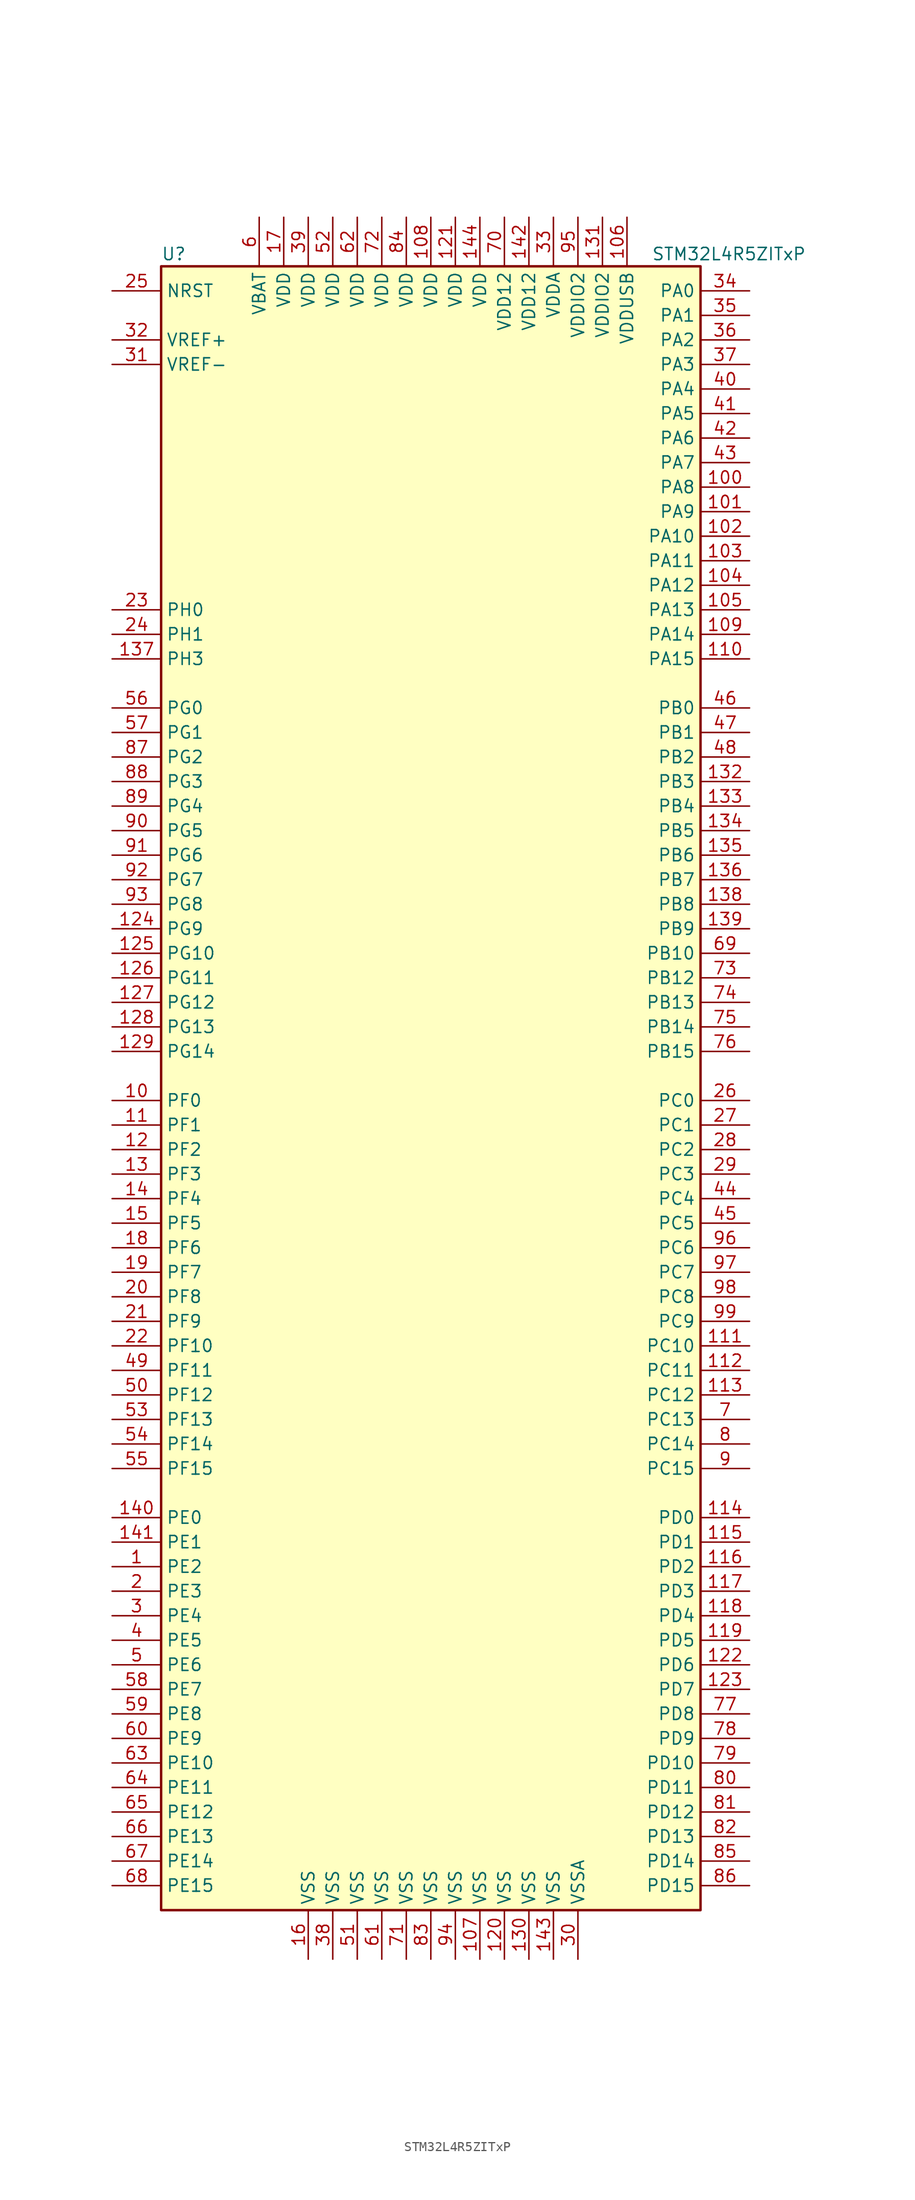
<source format=kicad_sym>
(kicad_symbol_lib
  (version 20211014)
  (generator kicad_symbol_editor)
  (symbol "STM32L4R5ZITxP"
    (property "Reference" "U"
      (at -27.94 85.09 0)
      (effects (font (size 1.27 1.27)) (justify left)))
    (property "Value" "STM32L4R5ZITxP"
      (at 22.86 85.09 0)
      (effects (font (size 1.27 1.27)) (justify left)))
    (symbol "STM32L4R5ZITxP_0_1"
      (rectangle (start -27.94 -86.36) (end 27.94 83.82) (stroke (width 0.254) (type default) (color 0 0 0 0)) (fill (type background))))
    (symbol "STM32L4R5ZITxP_1_1"
      (pin bidirectional line (at -33.02 -50.8 0) (length 5.08) (name "PE2" (effects (font (size 1.27 1.27)))) (number "1" (effects (font (size 1.27 1.27)))))
      (pin bidirectional line (at -33.02 -2.54 0) (length 5.08) (name "PF0" (effects (font (size 1.27 1.27)))) (number "10" (effects (font (size 1.27 1.27)))))
      (pin bidirectional line (at 33.02 60.96 180) (length 5.08) (name "PA8" (effects (font (size 1.27 1.27)))) (number "100" (effects (font (size 1.27 1.27)))))
      (pin bidirectional line (at 33.02 58.42 180) (length 5.08) (name "PA9" (effects (font (size 1.27 1.27)))) (number "101" (effects (font (size 1.27 1.27)))))
      (pin bidirectional line (at 33.02 55.88 180) (length 5.08) (name "PA10" (effects (font (size 1.27 1.27)))) (number "102" (effects (font (size 1.27 1.27)))))
      (pin bidirectional line (at 33.02 53.34 180) (length 5.08) (name "PA11" (effects (font (size 1.27 1.27)))) (number "103" (effects (font (size 1.27 1.27)))))
      (pin bidirectional line (at 33.02 50.8 180) (length 5.08) (name "PA12" (effects (font (size 1.27 1.27)))) (number "104" (effects (font (size 1.27 1.27)))))
      (pin bidirectional line (at 33.02 48.26 180) (length 5.08) (name "PA13" (effects (font (size 1.27 1.27)))) (number "105" (effects (font (size 1.27 1.27)))))
      (pin power_in line (at 20.32 88.9 270) (length 5.08) (name "VDDUSB" (effects (font (size 1.27 1.27)))) (number "106" (effects (font (size 1.27 1.27)))))
      (pin power_in line (at 5.08 -91.44 90) (length 5.08) (name "VSS" (effects (font (size 1.27 1.27)))) (number "107" (effects (font (size 1.27 1.27)))))
      (pin power_in line (at 0 88.9 270) (length 5.08) (name "VDD" (effects (font (size 1.27 1.27)))) (number "108" (effects (font (size 1.27 1.27)))))
      (pin bidirectional line (at 33.02 45.72 180) (length 5.08) (name "PA14" (effects (font (size 1.27 1.27)))) (number "109" (effects (font (size 1.27 1.27)))))
      (pin bidirectional line (at -33.02 -5.08 0) (length 5.08) (name "PF1" (effects (font (size 1.27 1.27)))) (number "11" (effects (font (size 1.27 1.27)))))
      (pin bidirectional line (at 33.02 43.18 180) (length 5.08) (name "PA15" (effects (font (size 1.27 1.27)))) (number "110" (effects (font (size 1.27 1.27)))))
      (pin bidirectional line (at 33.02 -27.94 180) (length 5.08) (name "PC10" (effects (font (size 1.27 1.27)))) (number "111" (effects (font (size 1.27 1.27)))))
      (pin bidirectional line (at 33.02 -30.48 180) (length 5.08) (name "PC11" (effects (font (size 1.27 1.27)))) (number "112" (effects (font (size 1.27 1.27)))))
      (pin bidirectional line (at 33.02 -33.02 180) (length 5.08) (name "PC12" (effects (font (size 1.27 1.27)))) (number "113" (effects (font (size 1.27 1.27)))))
      (pin bidirectional line (at 33.02 -45.72 180) (length 5.08) (name "PD0" (effects (font (size 1.27 1.27)))) (number "114" (effects (font (size 1.27 1.27)))))
      (pin bidirectional line (at 33.02 -48.26 180) (length 5.08) (name "PD1" (effects (font (size 1.27 1.27)))) (number "115" (effects (font (size 1.27 1.27)))))
      (pin bidirectional line (at 33.02 -50.8 180) (length 5.08) (name "PD2" (effects (font (size 1.27 1.27)))) (number "116" (effects (font (size 1.27 1.27)))))
      (pin bidirectional line (at 33.02 -53.34 180) (length 5.08) (name "PD3" (effects (font (size 1.27 1.27)))) (number "117" (effects (font (size 1.27 1.27)))))
      (pin bidirectional line (at 33.02 -55.88 180) (length 5.08) (name "PD4" (effects (font (size 1.27 1.27)))) (number "118" (effects (font (size 1.27 1.27)))))
      (pin bidirectional line (at 33.02 -58.42 180) (length 5.08) (name "PD5" (effects (font (size 1.27 1.27)))) (number "119" (effects (font (size 1.27 1.27)))))
      (pin bidirectional line (at -33.02 -7.62 0) (length 5.08) (name "PF2" (effects (font (size 1.27 1.27)))) (number "12" (effects (font (size 1.27 1.27)))))
      (pin power_in line (at 7.62 -91.44 90) (length 5.08) (name "VSS" (effects (font (size 1.27 1.27)))) (number "120" (effects (font (size 1.27 1.27)))))
      (pin power_in line (at 2.54 88.9 270) (length 5.08) (name "VDD" (effects (font (size 1.27 1.27)))) (number "121" (effects (font (size 1.27 1.27)))))
      (pin bidirectional line (at 33.02 -60.96 180) (length 5.08) (name "PD6" (effects (font (size 1.27 1.27)))) (number "122" (effects (font (size 1.27 1.27)))))
      (pin bidirectional line (at 33.02 -63.5 180) (length 5.08) (name "PD7" (effects (font (size 1.27 1.27)))) (number "123" (effects (font (size 1.27 1.27)))))
      (pin bidirectional line (at -33.02 15.24 0) (length 5.08) (name "PG9" (effects (font (size 1.27 1.27)))) (number "124" (effects (font (size 1.27 1.27)))))
      (pin bidirectional line (at -33.02 12.7 0) (length 5.08) (name "PG10" (effects (font (size 1.27 1.27)))) (number "125" (effects (font (size 1.27 1.27)))))
      (pin bidirectional line (at -33.02 10.16 0) (length 5.08) (name "PG11" (effects (font (size 1.27 1.27)))) (number "126" (effects (font (size 1.27 1.27)))))
      (pin bidirectional line (at -33.02 7.62 0) (length 5.08) (name "PG12" (effects (font (size 1.27 1.27)))) (number "127" (effects (font (size 1.27 1.27)))))
      (pin bidirectional line (at -33.02 5.08 0) (length 5.08) (name "PG13" (effects (font (size 1.27 1.27)))) (number "128" (effects (font (size 1.27 1.27)))))
      (pin bidirectional line (at -33.02 2.54 0) (length 5.08) (name "PG14" (effects (font (size 1.27 1.27)))) (number "129" (effects (font (size 1.27 1.27)))))
      (pin bidirectional line (at -33.02 -10.16 0) (length 5.08) (name "PF3" (effects (font (size 1.27 1.27)))) (number "13" (effects (font (size 1.27 1.27)))))
      (pin power_in line (at 10.16 -91.44 90) (length 5.08) (name "VSS" (effects (font (size 1.27 1.27)))) (number "130" (effects (font (size 1.27 1.27)))))
      (pin power_in line (at 17.78 88.9 270) (length 5.08) (name "VDDIO2" (effects (font (size 1.27 1.27)))) (number "131" (effects (font (size 1.27 1.27)))))
      (pin bidirectional line (at 33.02 30.48 180) (length 5.08) (name "PB3" (effects (font (size 1.27 1.27)))) (number "132" (effects (font (size 1.27 1.27)))))
      (pin bidirectional line (at 33.02 27.94 180) (length 5.08) (name "PB4" (effects (font (size 1.27 1.27)))) (number "133" (effects (font (size 1.27 1.27)))))
      (pin bidirectional line (at 33.02 25.4 180) (length 5.08) (name "PB5" (effects (font (size 1.27 1.27)))) (number "134" (effects (font (size 1.27 1.27)))))
      (pin bidirectional line (at 33.02 22.86 180) (length 5.08) (name "PB6" (effects (font (size 1.27 1.27)))) (number "135" (effects (font (size 1.27 1.27)))))
      (pin bidirectional line (at 33.02 20.32 180) (length 5.08) (name "PB7" (effects (font (size 1.27 1.27)))) (number "136" (effects (font (size 1.27 1.27)))))
      (pin bidirectional line (at -33.02 43.18 0) (length 5.08) (name "PH3" (effects (font (size 1.27 1.27)))) (number "137" (effects (font (size 1.27 1.27)))))
      (pin bidirectional line (at 33.02 17.78 180) (length 5.08) (name "PB8" (effects (font (size 1.27 1.27)))) (number "138" (effects (font (size 1.27 1.27)))))
      (pin bidirectional line (at 33.02 15.24 180) (length 5.08) (name "PB9" (effects (font (size 1.27 1.27)))) (number "139" (effects (font (size 1.27 1.27)))))
      (pin bidirectional line (at -33.02 -12.7 0) (length 5.08) (name "PF4" (effects (font (size 1.27 1.27)))) (number "14" (effects (font (size 1.27 1.27)))))
      (pin bidirectional line (at -33.02 -45.72 0) (length 5.08) (name "PE0" (effects (font (size 1.27 1.27)))) (number "140" (effects (font (size 1.27 1.27)))))
      (pin bidirectional line (at -33.02 -48.26 0) (length 5.08) (name "PE1" (effects (font (size 1.27 1.27)))) (number "141" (effects (font (size 1.27 1.27)))))
      (pin power_in line (at 10.16 88.9 270) (length 5.08) (name "VDD12" (effects (font (size 1.27 1.27)))) (number "142" (effects (font (size 1.27 1.27)))))
      (pin power_in line (at 12.7 -91.44 90) (length 5.08) (name "VSS" (effects (font (size 1.27 1.27)))) (number "143" (effects (font (size 1.27 1.27)))))
      (pin power_in line (at 5.08 88.9 270) (length 5.08) (name "VDD" (effects (font (size 1.27 1.27)))) (number "144" (effects (font (size 1.27 1.27)))))
      (pin bidirectional line (at -33.02 -15.24 0) (length 5.08) (name "PF5" (effects (font (size 1.27 1.27)))) (number "15" (effects (font (size 1.27 1.27)))))
      (pin power_in line (at -12.7 -91.44 90) (length 5.08) (name "VSS" (effects (font (size 1.27 1.27)))) (number "16" (effects (font (size 1.27 1.27)))))
      (pin power_in line (at -15.24 88.9 270) (length 5.08) (name "VDD" (effects (font (size 1.27 1.27)))) (number "17" (effects (font (size 1.27 1.27)))))
      (pin bidirectional line (at -33.02 -17.78 0) (length 5.08) (name "PF6" (effects (font (size 1.27 1.27)))) (number "18" (effects (font (size 1.27 1.27)))))
      (pin bidirectional line (at -33.02 -20.32 0) (length 5.08) (name "PF7" (effects (font (size 1.27 1.27)))) (number "19" (effects (font (size 1.27 1.27)))))
      (pin bidirectional line (at -33.02 -53.34 0) (length 5.08) (name "PE3" (effects (font (size 1.27 1.27)))) (number "2" (effects (font (size 1.27 1.27)))))
      (pin bidirectional line (at -33.02 -22.86 0) (length 5.08) (name "PF8" (effects (font (size 1.27 1.27)))) (number "20" (effects (font (size 1.27 1.27)))))
      (pin bidirectional line (at -33.02 -25.4 0) (length 5.08) (name "PF9" (effects (font (size 1.27 1.27)))) (number "21" (effects (font (size 1.27 1.27)))))
      (pin bidirectional line (at -33.02 -27.94 0) (length 5.08) (name "PF10" (effects (font (size 1.27 1.27)))) (number "22" (effects (font (size 1.27 1.27)))))
      (pin input line (at -33.02 48.26 0) (length 5.08) (name "PH0" (effects (font (size 1.27 1.27)))) (number "23" (effects (font (size 1.27 1.27)))))
      (pin input line (at -33.02 45.72 0) (length 5.08) (name "PH1" (effects (font (size 1.27 1.27)))) (number "24" (effects (font (size 1.27 1.27)))))
      (pin input line (at -33.02 81.28 0) (length 5.08) (name "NRST" (effects (font (size 1.27 1.27)))) (number "25" (effects (font (size 1.27 1.27)))))
      (pin bidirectional line (at 33.02 -2.54 180) (length 5.08) (name "PC0" (effects (font (size 1.27 1.27)))) (number "26" (effects (font (size 1.27 1.27)))))
      (pin bidirectional line (at 33.02 -5.08 180) (length 5.08) (name "PC1" (effects (font (size 1.27 1.27)))) (number "27" (effects (font (size 1.27 1.27)))))
      (pin bidirectional line (at 33.02 -7.62 180) (length 5.08) (name "PC2" (effects (font (size 1.27 1.27)))) (number "28" (effects (font (size 1.27 1.27)))))
      (pin bidirectional line (at 33.02 -10.16 180) (length 5.08) (name "PC3" (effects (font (size 1.27 1.27)))) (number "29" (effects (font (size 1.27 1.27)))))
      (pin bidirectional line (at -33.02 -55.88 0) (length 5.08) (name "PE4" (effects (font (size 1.27 1.27)))) (number "3" (effects (font (size 1.27 1.27)))))
      (pin power_in line (at 15.24 -91.44 90) (length 5.08) (name "VSSA" (effects (font (size 1.27 1.27)))) (number "30" (effects (font (size 1.27 1.27)))))
      (pin power_in line (at -33.02 73.66 0) (length 5.08) (name "VREF-" (effects (font (size 1.27 1.27)))) (number "31" (effects (font (size 1.27 1.27)))))
      (pin bidirectional line (at -33.02 76.2 0) (length 5.08) (name "VREF+" (effects (font (size 1.27 1.27)))) (number "32" (effects (font (size 1.27 1.27)))))
      (pin power_in line (at 12.7 88.9 270) (length 5.08) (name "VDDA" (effects (font (size 1.27 1.27)))) (number "33" (effects (font (size 1.27 1.27)))))
      (pin bidirectional line (at 33.02 81.28 180) (length 5.08) (name "PA0" (effects (font (size 1.27 1.27)))) (number "34" (effects (font (size 1.27 1.27)))))
      (pin bidirectional line (at 33.02 78.74 180) (length 5.08) (name "PA1" (effects (font (size 1.27 1.27)))) (number "35" (effects (font (size 1.27 1.27)))))
      (pin bidirectional line (at 33.02 76.2 180) (length 5.08) (name "PA2" (effects (font (size 1.27 1.27)))) (number "36" (effects (font (size 1.27 1.27)))))
      (pin bidirectional line (at 33.02 73.66 180) (length 5.08) (name "PA3" (effects (font (size 1.27 1.27)))) (number "37" (effects (font (size 1.27 1.27)))))
      (pin power_in line (at -10.16 -91.44 90) (length 5.08) (name "VSS" (effects (font (size 1.27 1.27)))) (number "38" (effects (font (size 1.27 1.27)))))
      (pin power_in line (at -12.7 88.9 270) (length 5.08) (name "VDD" (effects (font (size 1.27 1.27)))) (number "39" (effects (font (size 1.27 1.27)))))
      (pin bidirectional line (at -33.02 -58.42 0) (length 5.08) (name "PE5" (effects (font (size 1.27 1.27)))) (number "4" (effects (font (size 1.27 1.27)))))
      (pin bidirectional line (at 33.02 71.12 180) (length 5.08) (name "PA4" (effects (font (size 1.27 1.27)))) (number "40" (effects (font (size 1.27 1.27)))))
      (pin bidirectional line (at 33.02 68.58 180) (length 5.08) (name "PA5" (effects (font (size 1.27 1.27)))) (number "41" (effects (font (size 1.27 1.27)))))
      (pin bidirectional line (at 33.02 66.04 180) (length 5.08) (name "PA6" (effects (font (size 1.27 1.27)))) (number "42" (effects (font (size 1.27 1.27)))))
      (pin bidirectional line (at 33.02 63.5 180) (length 5.08) (name "PA7" (effects (font (size 1.27 1.27)))) (number "43" (effects (font (size 1.27 1.27)))))
      (pin bidirectional line (at 33.02 -12.7 180) (length 5.08) (name "PC4" (effects (font (size 1.27 1.27)))) (number "44" (effects (font (size 1.27 1.27)))))
      (pin bidirectional line (at 33.02 -15.24 180) (length 5.08) (name "PC5" (effects (font (size 1.27 1.27)))) (number "45" (effects (font (size 1.27 1.27)))))
      (pin bidirectional line (at 33.02 38.1 180) (length 5.08) (name "PB0" (effects (font (size 1.27 1.27)))) (number "46" (effects (font (size 1.27 1.27)))))
      (pin bidirectional line (at 33.02 35.56 180) (length 5.08) (name "PB1" (effects (font (size 1.27 1.27)))) (number "47" (effects (font (size 1.27 1.27)))))
      (pin bidirectional line (at 33.02 33.02 180) (length 5.08) (name "PB2" (effects (font (size 1.27 1.27)))) (number "48" (effects (font (size 1.27 1.27)))))
      (pin bidirectional line (at -33.02 -30.48 0) (length 5.08) (name "PF11" (effects (font (size 1.27 1.27)))) (number "49" (effects (font (size 1.27 1.27)))))
      (pin bidirectional line (at -33.02 -60.96 0) (length 5.08) (name "PE6" (effects (font (size 1.27 1.27)))) (number "5" (effects (font (size 1.27 1.27)))))
      (pin bidirectional line (at -33.02 -33.02 0) (length 5.08) (name "PF12" (effects (font (size 1.27 1.27)))) (number "50" (effects (font (size 1.27 1.27)))))
      (pin power_in line (at -7.62 -91.44 90) (length 5.08) (name "VSS" (effects (font (size 1.27 1.27)))) (number "51" (effects (font (size 1.27 1.27)))))
      (pin power_in line (at -10.16 88.9 270) (length 5.08) (name "VDD" (effects (font (size 1.27 1.27)))) (number "52" (effects (font (size 1.27 1.27)))))
      (pin bidirectional line (at -33.02 -35.56 0) (length 5.08) (name "PF13" (effects (font (size 1.27 1.27)))) (number "53" (effects (font (size 1.27 1.27)))))
      (pin bidirectional line (at -33.02 -38.1 0) (length 5.08) (name "PF14" (effects (font (size 1.27 1.27)))) (number "54" (effects (font (size 1.27 1.27)))))
      (pin bidirectional line (at -33.02 -40.64 0) (length 5.08) (name "PF15" (effects (font (size 1.27 1.27)))) (number "55" (effects (font (size 1.27 1.27)))))
      (pin bidirectional line (at -33.02 38.1 0) (length 5.08) (name "PG0" (effects (font (size 1.27 1.27)))) (number "56" (effects (font (size 1.27 1.27)))))
      (pin bidirectional line (at -33.02 35.56 0) (length 5.08) (name "PG1" (effects (font (size 1.27 1.27)))) (number "57" (effects (font (size 1.27 1.27)))))
      (pin bidirectional line (at -33.02 -63.5 0) (length 5.08) (name "PE7" (effects (font (size 1.27 1.27)))) (number "58" (effects (font (size 1.27 1.27)))))
      (pin bidirectional line (at -33.02 -66.04 0) (length 5.08) (name "PE8" (effects (font (size 1.27 1.27)))) (number "59" (effects (font (size 1.27 1.27)))))
      (pin power_in line (at -17.78 88.9 270) (length 5.08) (name "VBAT" (effects (font (size 1.27 1.27)))) (number "6" (effects (font (size 1.27 1.27)))))
      (pin bidirectional line (at -33.02 -68.58 0) (length 5.08) (name "PE9" (effects (font (size 1.27 1.27)))) (number "60" (effects (font (size 1.27 1.27)))))
      (pin power_in line (at -5.08 -91.44 90) (length 5.08) (name "VSS" (effects (font (size 1.27 1.27)))) (number "61" (effects (font (size 1.27 1.27)))))
      (pin power_in line (at -7.62 88.9 270) (length 5.08) (name "VDD" (effects (font (size 1.27 1.27)))) (number "62" (effects (font (size 1.27 1.27)))))
      (pin bidirectional line (at -33.02 -71.12 0) (length 5.08) (name "PE10" (effects (font (size 1.27 1.27)))) (number "63" (effects (font (size 1.27 1.27)))))
      (pin bidirectional line (at -33.02 -73.66 0) (length 5.08) (name "PE11" (effects (font (size 1.27 1.27)))) (number "64" (effects (font (size 1.27 1.27)))))
      (pin bidirectional line (at -33.02 -76.2 0) (length 5.08) (name "PE12" (effects (font (size 1.27 1.27)))) (number "65" (effects (font (size 1.27 1.27)))))
      (pin bidirectional line (at -33.02 -78.74 0) (length 5.08) (name "PE13" (effects (font (size 1.27 1.27)))) (number "66" (effects (font (size 1.27 1.27)))))
      (pin bidirectional line (at -33.02 -81.28 0) (length 5.08) (name "PE14" (effects (font (size 1.27 1.27)))) (number "67" (effects (font (size 1.27 1.27)))))
      (pin bidirectional line (at -33.02 -83.82 0) (length 5.08) (name "PE15" (effects (font (size 1.27 1.27)))) (number "68" (effects (font (size 1.27 1.27)))))
      (pin bidirectional line (at 33.02 12.7 180) (length 5.08) (name "PB10" (effects (font (size 1.27 1.27)))) (number "69" (effects (font (size 1.27 1.27)))))
      (pin bidirectional line (at 33.02 -35.56 180) (length 5.08) (name "PC13" (effects (font (size 1.27 1.27)))) (number "7" (effects (font (size 1.27 1.27)))))
      (pin power_in line (at 7.62 88.9 270) (length 5.08) (name "VDD12" (effects (font (size 1.27 1.27)))) (number "70" (effects (font (size 1.27 1.27)))))
      (pin power_in line (at -2.54 -91.44 90) (length 5.08) (name "VSS" (effects (font (size 1.27 1.27)))) (number "71" (effects (font (size 1.27 1.27)))))
      (pin power_in line (at -5.08 88.9 270) (length 5.08) (name "VDD" (effects (font (size 1.27 1.27)))) (number "72" (effects (font (size 1.27 1.27)))))
      (pin bidirectional line (at 33.02 10.16 180) (length 5.08) (name "PB12" (effects (font (size 1.27 1.27)))) (number "73" (effects (font (size 1.27 1.27)))))
      (pin bidirectional line (at 33.02 7.62 180) (length 5.08) (name "PB13" (effects (font (size 1.27 1.27)))) (number "74" (effects (font (size 1.27 1.27)))))
      (pin bidirectional line (at 33.02 5.08 180) (length 5.08) (name "PB14" (effects (font (size 1.27 1.27)))) (number "75" (effects (font (size 1.27 1.27)))))
      (pin bidirectional line (at 33.02 2.54 180) (length 5.08) (name "PB15" (effects (font (size 1.27 1.27)))) (number "76" (effects (font (size 1.27 1.27)))))
      (pin bidirectional line (at 33.02 -66.04 180) (length 5.08) (name "PD8" (effects (font (size 1.27 1.27)))) (number "77" (effects (font (size 1.27 1.27)))))
      (pin bidirectional line (at 33.02 -68.58 180) (length 5.08) (name "PD9" (effects (font (size 1.27 1.27)))) (number "78" (effects (font (size 1.27 1.27)))))
      (pin bidirectional line (at 33.02 -71.12 180) (length 5.08) (name "PD10" (effects (font (size 1.27 1.27)))) (number "79" (effects (font (size 1.27 1.27)))))
      (pin bidirectional line (at 33.02 -38.1 180) (length 5.08) (name "PC14" (effects (font (size 1.27 1.27)))) (number "8" (effects (font (size 1.27 1.27)))))
      (pin bidirectional line (at 33.02 -73.66 180) (length 5.08) (name "PD11" (effects (font (size 1.27 1.27)))) (number "80" (effects (font (size 1.27 1.27)))))
      (pin bidirectional line (at 33.02 -76.2 180) (length 5.08) (name "PD12" (effects (font (size 1.27 1.27)))) (number "81" (effects (font (size 1.27 1.27)))))
      (pin bidirectional line (at 33.02 -78.74 180) (length 5.08) (name "PD13" (effects (font (size 1.27 1.27)))) (number "82" (effects (font (size 1.27 1.27)))))
      (pin power_in line (at 0 -91.44 90) (length 5.08) (name "VSS" (effects (font (size 1.27 1.27)))) (number "83" (effects (font (size 1.27 1.27)))))
      (pin power_in line (at -2.54 88.9 270) (length 5.08) (name "VDD" (effects (font (size 1.27 1.27)))) (number "84" (effects (font (size 1.27 1.27)))))
      (pin bidirectional line (at 33.02 -81.28 180) (length 5.08) (name "PD14" (effects (font (size 1.27 1.27)))) (number "85" (effects (font (size 1.27 1.27)))))
      (pin bidirectional line (at 33.02 -83.82 180) (length 5.08) (name "PD15" (effects (font (size 1.27 1.27)))) (number "86" (effects (font (size 1.27 1.27)))))
      (pin bidirectional line (at -33.02 33.02 0) (length 5.08) (name "PG2" (effects (font (size 1.27 1.27)))) (number "87" (effects (font (size 1.27 1.27)))))
      (pin bidirectional line (at -33.02 30.48 0) (length 5.08) (name "PG3" (effects (font (size 1.27 1.27)))) (number "88" (effects (font (size 1.27 1.27)))))
      (pin bidirectional line (at -33.02 27.94 0) (length 5.08) (name "PG4" (effects (font (size 1.27 1.27)))) (number "89" (effects (font (size 1.27 1.27)))))
      (pin bidirectional line (at 33.02 -40.64 180) (length 5.08) (name "PC15" (effects (font (size 1.27 1.27)))) (number "9" (effects (font (size 1.27 1.27)))))
      (pin bidirectional line (at -33.02 25.4 0) (length 5.08) (name "PG5" (effects (font (size 1.27 1.27)))) (number "90" (effects (font (size 1.27 1.27)))))
      (pin bidirectional line (at -33.02 22.86 0) (length 5.08) (name "PG6" (effects (font (size 1.27 1.27)))) (number "91" (effects (font (size 1.27 1.27)))))
      (pin bidirectional line (at -33.02 20.32 0) (length 5.08) (name "PG7" (effects (font (size 1.27 1.27)))) (number "92" (effects (font (size 1.27 1.27)))))
      (pin bidirectional line (at -33.02 17.78 0) (length 5.08) (name "PG8" (effects (font (size 1.27 1.27)))) (number "93" (effects (font (size 1.27 1.27)))))
      (pin power_in line (at 2.54 -91.44 90) (length 5.08) (name "VSS" (effects (font (size 1.27 1.27)))) (number "94" (effects (font (size 1.27 1.27)))))
      (pin power_in line (at 15.24 88.9 270) (length 5.08) (name "VDDIO2" (effects (font (size 1.27 1.27)))) (number "95" (effects (font (size 1.27 1.27)))))
      (pin bidirectional line (at 33.02 -17.78 180) (length 5.08) (name "PC6" (effects (font (size 1.27 1.27)))) (number "96" (effects (font (size 1.27 1.27)))))
      (pin bidirectional line (at 33.02 -20.32 180) (length 5.08) (name "PC7" (effects (font (size 1.27 1.27)))) (number "97" (effects (font (size 1.27 1.27)))))
      (pin bidirectional line (at 33.02 -22.86 180) (length 5.08) (name "PC8" (effects (font (size 1.27 1.27)))) (number "98" (effects (font (size 1.27 1.27)))))
      (pin bidirectional line (at 33.02 -25.4 180) (length 5.08) (name "PC9" (effects (font (size 1.27 1.27)))) (number "99" (effects (font (size 1.27 1.27))))))))
</source>
